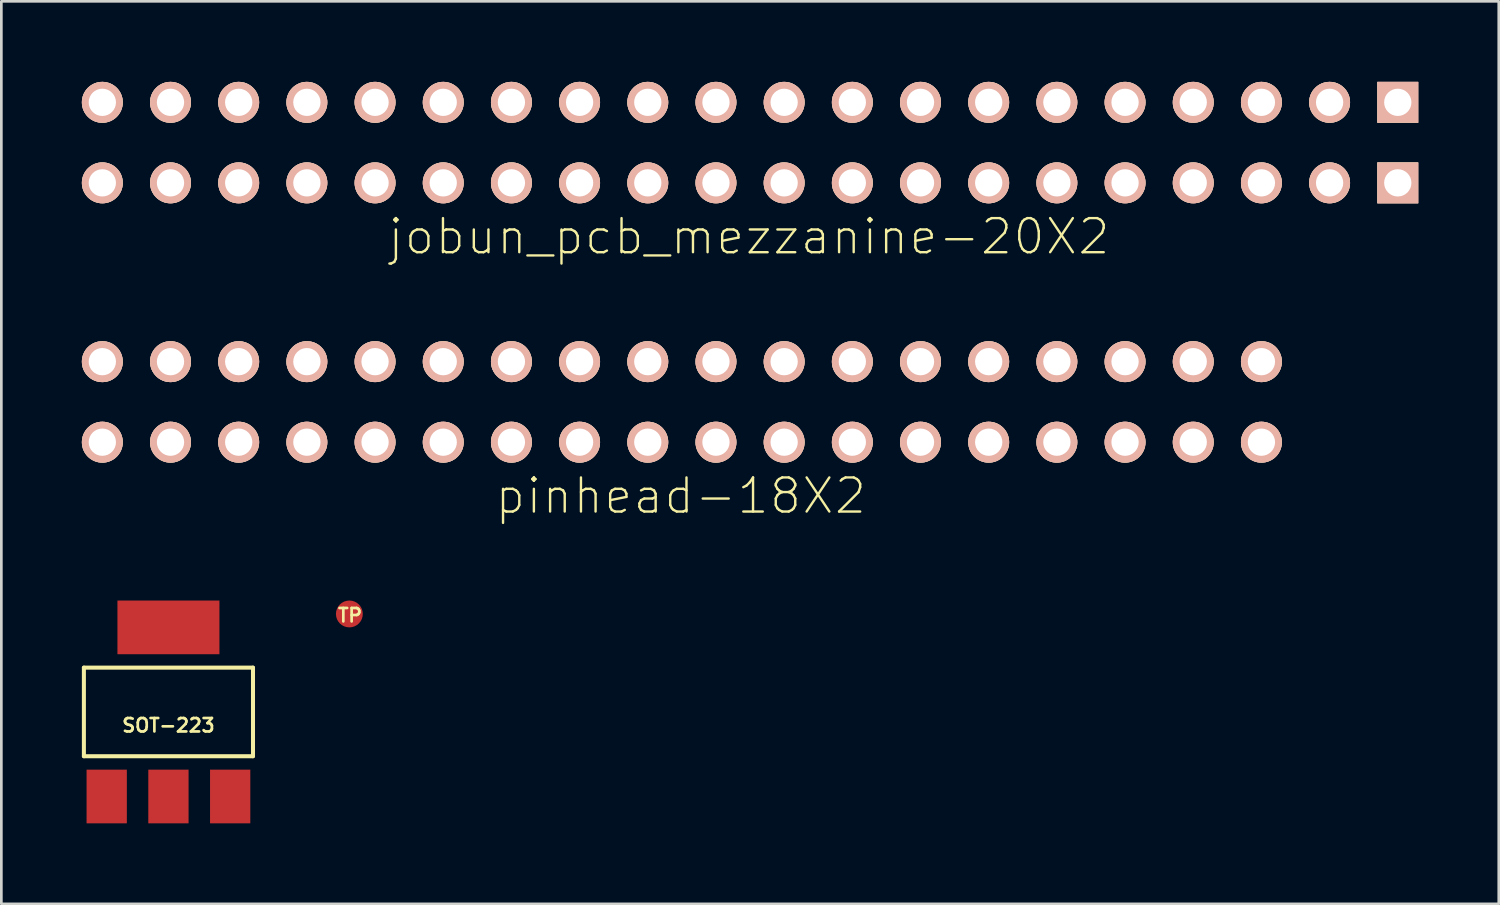
<source format=kicad_pcb>
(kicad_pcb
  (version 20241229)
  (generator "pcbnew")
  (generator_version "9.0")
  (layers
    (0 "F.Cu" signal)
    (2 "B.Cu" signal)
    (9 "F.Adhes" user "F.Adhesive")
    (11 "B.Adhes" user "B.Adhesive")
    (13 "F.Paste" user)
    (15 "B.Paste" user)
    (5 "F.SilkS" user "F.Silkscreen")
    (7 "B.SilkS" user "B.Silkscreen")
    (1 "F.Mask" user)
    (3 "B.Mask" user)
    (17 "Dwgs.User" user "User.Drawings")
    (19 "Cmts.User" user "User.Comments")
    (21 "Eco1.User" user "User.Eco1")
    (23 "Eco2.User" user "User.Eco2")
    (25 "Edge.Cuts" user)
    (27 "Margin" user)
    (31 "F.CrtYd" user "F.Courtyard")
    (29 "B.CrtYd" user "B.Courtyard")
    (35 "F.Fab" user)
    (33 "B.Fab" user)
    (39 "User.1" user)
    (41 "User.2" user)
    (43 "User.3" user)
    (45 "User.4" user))
  (footprint "pinhead-18X2"
    (layer "F.Cu")
    (at 22.312 11.923)
    (property "Reference" "pinhead-18X2" (at 0 3.5 0) (layer "F.SilkS") (effects (font (size 1.27 1.27) (thickness 0.089))))
    (attr exclude_from_pos_files exclude_from_bom)
    (pad "1a" thru_hole circle (at 3.85 1.5) (size 1.524 1.524) (drill 1.016) (layers "*.Cu" "*.Paste" "*.SilkS" "*.Mask"))
    (pad "1b" thru_hole circle (at 3.85 -1.5) (size 1.524 1.524) (drill 1.016) (layers "*.Cu" "*.Paste" "*.SilkS" "*.Mask"))
    (pad "2a" thru_hole circle (at 1.31 1.5) (size 1.524 1.524) (drill 1.016) (layers "*.Cu" "*.Paste" "*.SilkS" "*.Mask"))
    (pad "2b" thru_hole circle (at 1.31 -1.5) (size 1.524 1.524) (drill 1.016) (layers "*.Cu" "*.Paste" "*.SilkS" "*.Mask"))
    (pad "3a" thru_hole circle (at 6.39 1.5) (size 1.524 1.524) (drill 1.016) (layers "*.Cu" "*.Paste" "*.SilkS" "*.Mask"))
    (pad "3b" thru_hole circle (at 6.39 -1.5) (size 1.524 1.524) (drill 1.016) (layers "*.Cu" "*.Paste" "*.SilkS" "*.Mask"))
    (pad "4a" thru_hole circle (at 8.93 1.5) (size 1.524 1.524) (drill 1.016) (layers "*.Cu" "*.Paste" "*.SilkS" "*.Mask"))
    (pad "4b" thru_hole circle (at 8.93 -1.5) (size 1.524 1.524) (drill 1.016) (layers "*.Cu" "*.Paste" "*.SilkS" "*.Mask"))
    (pad "5a" thru_hole circle (at 11.47 1.5) (size 1.524 1.524) (drill 1.016) (layers "*.Cu" "*.Paste" "*.SilkS" "*.Mask"))
    (pad "5b" thru_hole circle (at 11.47 -1.5) (size 1.524 1.524) (drill 1.016) (layers "*.Cu" "*.Paste" "*.SilkS" "*.Mask"))
    (pad "6a" thru_hole circle (at 14.01 1.5) (size 1.524 1.524) (drill 1.016) (layers "*.Cu" "*.Paste" "*.SilkS" "*.Mask"))
    (pad "6b" thru_hole circle (at 14.01 -1.5) (size 1.524 1.524) (drill 1.016) (layers "*.Cu" "*.Paste" "*.SilkS" "*.Mask"))
    (pad "7a" thru_hole circle (at -21.55 1.5) (size 1.524 1.524) (drill 1.016) (layers "*.Cu" "*.Paste" "*.SilkS" "*.Mask"))
    (pad "7b" thru_hole circle (at -21.55 -1.5) (size 1.524 1.524) (drill 1.016) (layers "*.Cu" "*.Paste" "*.SilkS" "*.Mask"))
    (pad "8a" thru_hole circle (at -19.01 1.5) (size 1.524 1.524) (drill 1.016) (layers "*.Cu" "*.Paste" "*.SilkS" "*.Mask"))
    (pad "8b" thru_hole circle (at -19.01 -1.5) (size 1.524 1.524) (drill 1.016) (layers "*.Cu" "*.Paste" "*.SilkS" "*.Mask"))
    (pad "9a" thru_hole circle (at -13.93 1.5) (size 1.524 1.524) (drill 1.016) (layers "*.Cu" "*.Paste" "*.SilkS" "*.Mask"))
    (pad "9b" thru_hole circle (at -13.93 -1.5) (size 1.524 1.524) (drill 1.016) (layers "*.Cu" "*.Paste" "*.SilkS" "*.Mask"))
    (pad "10a" thru_hole circle (at -8.85 1.5) (size 1.524 1.524) (drill 1.016) (layers "*.Cu" "*.Paste" "*.SilkS" "*.Mask"))
    (pad "10b" thru_hole circle (at -8.85 -1.5) (size 1.524 1.524) (drill 1.016) (layers "*.Cu" "*.Paste" "*.SilkS" "*.Mask"))
    (pad "11a" thru_hole circle (at -6.31 1.5) (size 1.524 1.524) (drill 1.016) (layers "*.Cu" "*.Paste" "*.SilkS" "*.Mask"))
    (pad "11b" thru_hole circle (at -6.31 -1.5) (size 1.524 1.524) (drill 1.016) (layers "*.Cu" "*.Paste" "*.SilkS" "*.Mask"))
    (pad "12a" thru_hole circle (at -3.77 1.5) (size 1.524 1.524) (drill 1.016) (layers "*.Cu" "*.Paste" "*.SilkS" "*.Mask"))
    (pad "12b" thru_hole circle (at -3.77 -1.5) (size 1.524 1.524) (drill 1.016) (layers "*.Cu" "*.Paste" "*.SilkS" "*.Mask"))
    (pad "13a" thru_hole circle (at -1.23 1.5) (size 1.524 1.524) (drill 1.016) (layers "*.Cu" "*.Paste" "*.SilkS" "*.Mask"))
    (pad "13b" thru_hole circle (at -1.23 -1.5) (size 1.524 1.524) (drill 1.016) (layers "*.Cu" "*.Paste" "*.SilkS" "*.Mask"))
    (pad "14a" thru_hole circle (at -11.39 1.5) (size 1.524 1.524) (drill 1.016) (layers "*.Cu" "*.Paste" "*.SilkS" "*.Mask"))
    (pad "14b" thru_hole circle (at -11.39 -1.5) (size 1.524 1.524) (drill 1.016) (layers "*.Cu" "*.Paste" "*.SilkS" "*.Mask"))
    (pad "15a" thru_hole circle (at -16.47 1.5) (size 1.524 1.524) (drill 1.016) (layers "*.Cu" "*.Paste" "*.SilkS" "*.Mask"))
    (pad "15b" thru_hole circle (at -16.47 -1.5) (size 1.524 1.524) (drill 1.016) (layers "*.Cu" "*.Paste" "*.SilkS" "*.Mask"))
    (pad "16a" thru_hole circle (at 19.09 1.5) (size 1.524 1.524) (drill 1.016) (layers "*.Cu" "*.Paste" "*.SilkS" "*.Mask"))
    (pad "16b" thru_hole circle (at 19.09 -1.5) (size 1.524 1.524) (drill 1.016) (layers "*.Cu" "*.Paste" "*.SilkS" "*.Mask"))
    (pad "17a" thru_hole circle (at 21.63 1.5) (size 1.524 1.524) (drill 1.016) (layers "*.Cu" "*.Paste" "*.SilkS" "*.Mask"))
    (pad "17b" thru_hole circle (at 21.63 -1.5) (size 1.524 1.524) (drill 1.016) (layers "*.Cu" "*.Paste" "*.SilkS" "*.Mask"))
    (pad "18a" thru_hole circle (at 16.55 1.5) (size 1.524 1.524) (drill 1.016) (layers "*.Cu" "*.Paste" "*.SilkS" "*.Mask"))
    (pad "18b" thru_hole circle (at 16.55 -1.5) (size 1.524 1.524) (drill 1.016) (layers "*.Cu" "*.Paste" "*.SilkS" "*.Mask")))
  (footprint "SOT-223"
    (layer "F.Cu")
    (at 3.225 23.472)
    (property "Reference" "SOT-223" (at 0 0.5 0) (layer "F.SilkS") (effects (font (size 0.5 0.5) (thickness 0.1))))
    (attr through_hole)
    (fp_line (start -3.15 -1.65) (end -3.15 1.65) (stroke (width 0.15) (type solid)) (layer "F.SilkS"))
    (fp_line (start -3.15 -1.65) (end 3.15 -1.65) (stroke (width 0.15) (type solid)) (layer "F.SilkS"))
    (fp_line (start -3.15 1.65) (end 3.15 1.65) (stroke (width 0.15) (type solid)) (layer "F.SilkS"))
    (fp_line (start 3.15 -1.65) (end 3.15 1.65) (stroke (width 0.15) (type solid)) (layer "F.SilkS"))
    (pad "1" smd rect (at -2.3 3.15) (size 1.5 2) (layers "F.Cu" "F.Mask" "F.Paste"))
    (pad "2" smd rect (at 0 3.15) (size 1.5 2) (layers "F.Cu" "F.Mask" "F.Paste"))
    (pad "3" smd rect (at 2.3 3.15) (size 1.5 2) (layers "F.Cu" "F.Mask" "F.Paste"))
    (pad "4" smd rect (at 0 -3.15) (size 3.8 2) (layers "F.Cu" "F.Mask" "F.Paste")))
  (footprint "TP"
    (layer "F.Cu")
    (at 9.965 19.822)
    (property "Reference" "TP" (at 0.025 0.051 0) (layer "F.SilkS") (effects (font (size 0.5 0.5) (thickness 0.1))))
    (attr exclude_from_pos_files exclude_from_bom)
    (pad "1" smd circle (at 0 0) (size 1 1) (layers "F.Cu" "F.Mask" "F.Paste")))
  (footprint "jobun_pcb_mezzanine-20X2"
    (layer "F.Cu")
    (at 24.852 2.262)
    (property "Reference" "jobun_pcb_mezzanine-20X2" (at 0 3.5 0) (layer "F.SilkS") (effects (font (size 1.27 1.27) (thickness 0.089))))
    (attr exclude_from_pos_files exclude_from_bom)
    (pad "1a" thru_hole circle (at -24.09 1.5) (size 1.524 1.524) (drill 1.016) (layers "*.Cu" "*.Paste" "*.SilkS" "*.Mask"))
    (pad "1b" thru_hole circle (at -24.09 -1.5) (size 1.524 1.524) (drill 1.016) (layers "*.Cu" "*.Paste" "*.SilkS" "*.Mask"))
    (pad "2a" thru_hole circle (at -21.55 1.5) (size 1.524 1.524) (drill 1.016) (layers "*.Cu" "*.Paste" "*.SilkS" "*.Mask"))
    (pad "2b" thru_hole circle (at -21.55 -1.5) (size 1.524 1.524) (drill 1.016) (layers "*.Cu" "*.Paste" "*.SilkS" "*.Mask"))
    (pad "3a" thru_hole circle (at -19.01 1.5) (size 1.524 1.524) (drill 1.016) (layers "*.Cu" "*.Paste" "*.SilkS" "*.Mask"))
    (pad "3b" thru_hole circle (at -19.01 -1.5) (size 1.524 1.524) (drill 1.016) (layers "*.Cu" "*.Paste" "*.SilkS" "*.Mask"))
    (pad "4a" thru_hole circle (at -16.47 1.5) (size 1.524 1.524) (drill 1.016) (layers "*.Cu" "*.Paste" "*.SilkS" "*.Mask"))
    (pad "4b" thru_hole circle (at -16.47 -1.5) (size 1.524 1.524) (drill 1.016) (layers "*.Cu" "*.Paste" "*.SilkS" "*.Mask"))
    (pad "5a" thru_hole circle (at -13.93 1.5) (size 1.524 1.524) (drill 1.016) (layers "*.Cu" "*.Paste" "*.SilkS" "*.Mask"))
    (pad "5b" thru_hole circle (at -13.93 -1.5) (size 1.524 1.524) (drill 1.016) (layers "*.Cu" "*.Paste" "*.SilkS" "*.Mask"))
    (pad "6a" thru_hole circle (at -11.39 1.5) (size 1.524 1.524) (drill 1.016) (layers "*.Cu" "*.Paste" "*.SilkS" "*.Mask"))
    (pad "6b" thru_hole circle (at -11.39 -1.5) (size 1.524 1.524) (drill 1.016) (layers "*.Cu" "*.Paste" "*.SilkS" "*.Mask"))
    (pad "7a" thru_hole circle (at -8.85 1.5) (size 1.524 1.524) (drill 1.016) (layers "*.Cu" "*.Paste" "*.SilkS" "*.Mask"))
    (pad "7b" thru_hole circle (at -8.85 -1.5) (size 1.524 1.524) (drill 1.016) (layers "*.Cu" "*.Paste" "*.SilkS" "*.Mask"))
    (pad "8a" thru_hole circle (at -6.31 1.5) (size 1.524 1.524) (drill 1.016) (layers "*.Cu" "*.Paste" "*.SilkS" "*.Mask"))
    (pad "8b" thru_hole circle (at -6.31 -1.5) (size 1.524 1.524) (drill 1.016) (layers "*.Cu" "*.Paste" "*.SilkS" "*.Mask"))
    (pad "9a" thru_hole circle (at -3.77 1.5) (size 1.524 1.524) (drill 1.016) (layers "*.Cu" "*.Paste" "*.SilkS" "*.Mask"))
    (pad "9b" thru_hole circle (at -3.77 -1.5) (size 1.524 1.524) (drill 1.016) (layers "*.Cu" "*.Paste" "*.SilkS" "*.Mask"))
    (pad "10a" thru_hole circle (at -1.23 1.5) (size 1.524 1.524) (drill 1.016) (layers "*.Cu" "*.Paste" "*.SilkS" "*.Mask"))
    (pad "10b" thru_hole circle (at -1.23 -1.5) (size 1.524 1.524) (drill 1.016) (layers "*.Cu" "*.Paste" "*.SilkS" "*.Mask"))
    (pad "11a" thru_hole circle (at 1.31 1.5) (size 1.524 1.524) (drill 1.016) (layers "*.Cu" "*.Paste" "*.SilkS" "*.Mask"))
    (pad "11b" thru_hole circle (at 1.31 -1.5) (size 1.524 1.524) (drill 1.016) (layers "*.Cu" "*.Paste" "*.SilkS" "*.Mask"))
    (pad "12a" thru_hole circle (at 3.85 1.5) (size 1.524 1.524) (drill 1.016) (layers "*.Cu" "*.Paste" "*.SilkS" "*.Mask"))
    (pad "12b" thru_hole circle (at 3.85 -1.5) (size 1.524 1.524) (drill 1.016) (layers "*.Cu" "*.Paste" "*.SilkS" "*.Mask"))
    (pad "13a" thru_hole circle (at 6.39 1.5) (size 1.524 1.524) (drill 1.016) (layers "*.Cu" "*.Paste" "*.SilkS" "*.Mask"))
    (pad "13b" thru_hole circle (at 6.39 -1.5) (size 1.524 1.524) (drill 1.016) (layers "*.Cu" "*.Paste" "*.SilkS" "*.Mask"))
    (pad "14a" thru_hole circle (at 8.93 1.5) (size 1.524 1.524) (drill 1.016) (layers "*.Cu" "*.Paste" "*.SilkS" "*.Mask"))
    (pad "14b" thru_hole circle (at 8.93 -1.5) (size 1.524 1.524) (drill 1.016) (layers "*.Cu" "*.Paste" "*.SilkS" "*.Mask"))
    (pad "15a" thru_hole circle (at 11.47 1.5) (size 1.524 1.524) (drill 1.016) (layers "*.Cu" "*.Paste" "*.SilkS" "*.Mask"))
    (pad "15b" thru_hole circle (at 11.47 -1.5) (size 1.524 1.524) (drill 1.016) (layers "*.Cu" "*.Paste" "*.SilkS" "*.Mask"))
    (pad "16a" thru_hole circle (at 14.01 1.5) (size 1.524 1.524) (drill 1.016) (layers "*.Cu" "*.Paste" "*.SilkS" "*.Mask"))
    (pad "16b" thru_hole circle (at 14.01 -1.5) (size 1.524 1.524) (drill 1.016) (layers "*.Cu" "*.Paste" "*.SilkS" "*.Mask"))
    (pad "17a" thru_hole circle (at 16.55 1.5) (size 1.524 1.524) (drill 1.016) (layers "*.Cu" "*.Paste" "*.SilkS" "*.Mask"))
    (pad "17b" thru_hole circle (at 16.55 -1.5) (size 1.524 1.524) (drill 1.016) (layers "*.Cu" "*.Paste" "*.SilkS" "*.Mask"))
    (pad "18a" thru_hole circle (at 19.09 1.5) (size 1.524 1.524) (drill 1.016) (layers "*.Cu" "*.Paste" "*.SilkS" "*.Mask"))
    (pad "18b" thru_hole circle (at 19.09 -1.5) (size 1.524 1.524) (drill 1.016) (layers "*.Cu" "*.Paste" "*.SilkS" "*.Mask"))
    (pad "19a" thru_hole circle (at 21.63 1.5) (size 1.524 1.524) (drill 1.016) (layers "*.Cu" "*.Paste" "*.SilkS" "*.Mask"))
    (pad "19b" thru_hole circle (at 21.63 -1.5) (size 1.524 1.524) (drill 1.016) (layers "*.Cu" "*.Paste" "*.SilkS" "*.Mask"))
    (pad "20a" thru_hole rect (at 24.17 1.5) (size 1.524 1.524) (drill 1.016) (layers "*.Cu" "*.Paste" "*.SilkS" "*.Mask"))
    (pad "20b" thru_hole rect (at 24.17 -1.5) (size 1.524 1.524) (drill 1.016) (layers "*.Cu" "*.Paste" "*.SilkS" "*.Mask")))
  (gr_rect
    (start -3 -3)
    (end 52.784 30.622)
    (stroke (width 0.1) (type default))
    (fill no)
    (layer "Edge.Cuts")))
</source>
